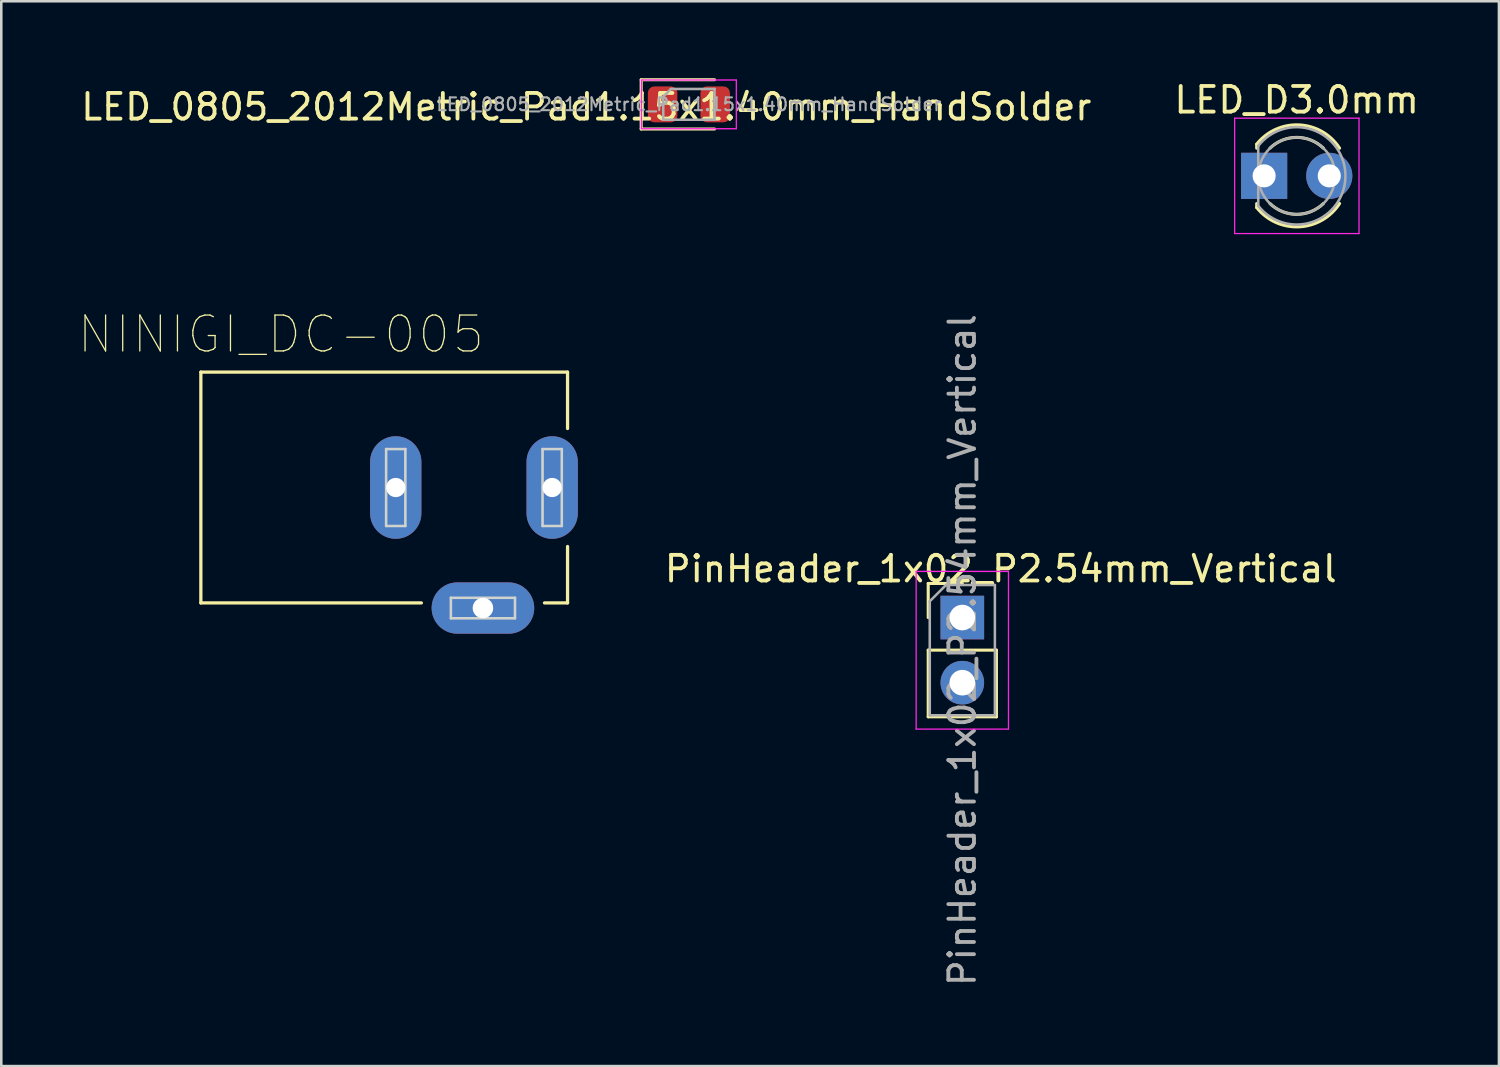
<source format=kicad_pcb>
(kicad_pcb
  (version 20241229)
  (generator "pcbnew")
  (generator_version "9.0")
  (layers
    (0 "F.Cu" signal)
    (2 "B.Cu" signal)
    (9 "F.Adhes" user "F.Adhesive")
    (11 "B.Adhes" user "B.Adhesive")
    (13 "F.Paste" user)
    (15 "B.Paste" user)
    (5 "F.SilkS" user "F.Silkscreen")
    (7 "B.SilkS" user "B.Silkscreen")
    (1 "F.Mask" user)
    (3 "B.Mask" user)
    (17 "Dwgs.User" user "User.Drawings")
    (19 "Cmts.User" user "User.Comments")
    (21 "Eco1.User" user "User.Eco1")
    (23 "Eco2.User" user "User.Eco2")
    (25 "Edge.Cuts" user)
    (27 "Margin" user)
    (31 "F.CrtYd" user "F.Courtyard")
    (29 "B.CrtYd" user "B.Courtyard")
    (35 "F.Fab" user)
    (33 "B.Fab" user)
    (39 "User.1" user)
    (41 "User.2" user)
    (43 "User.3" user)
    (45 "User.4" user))
  (footprint "NINIGI_DC-005"
    (layer "F.Cu")
    (at 15.783 15.962)
    (property "Reference" "NINIGI_DC-005" (at -7.877 -5.972 0) (layer "F.SilkS") (effects (font (size 1.401 1.401) (thickness 0.05))))
    (attr through_hole)
    (fp_line (start -11 -4.5) (end 3.3 -4.5) (stroke (width 0.127) (type solid)) (layer "F.SilkS"))
    (fp_line (start -11 4.5) (end -11 -4.5) (stroke (width 0.127) (type solid)) (layer "F.SilkS"))
    (fp_line (start -2.4 4.5) (end -11 4.5) (stroke (width 0.127) (type solid)) (layer "F.SilkS"))
    (fp_line (start 3.3 -4.5) (end 3.3 -2.3) (stroke (width 0.127) (type solid)) (layer "F.SilkS"))
    (fp_line (start 3.3 2.3) (end 3.3 4.5) (stroke (width 0.127) (type solid)) (layer "F.SilkS"))
    (fp_line (start 3.3 4.5) (end 2.4 4.5) (stroke (width 0.127) (type solid)) (layer "F.SilkS"))
    (fp_line (start -11.25 -4.75) (end 3.95 -4.75) (stroke (width 0.05) (type solid)) (layer "Eco1.User"))
    (fp_line (start -11.25 5.95) (end -11.25 -4.75) (stroke (width 0.05) (type solid)) (layer "Eco1.User"))
    (fp_line (start 3.95 -4.75) (end 3.95 5.95) (stroke (width 0.05) (type solid)) (layer "Eco1.User"))
    (fp_line (start 3.95 5.95) (end -11.25 5.95) (stroke (width 0.05) (type solid)) (layer "Eco1.User"))
    (fp_line (start -11 -4.5) (end 3.3 -4.5) (stroke (width 0.127) (type solid)) (layer "Eco2.User"))
    (fp_line (start -11 4.5) (end -11 -4.5) (stroke (width 0.127) (type solid)) (layer "Eco2.User"))
    (fp_line (start 3.3 -4.5) (end 3.3 4.5) (stroke (width 0.127) (type solid)) (layer "Eco2.User"))
    (fp_line (start 3.3 4.5) (end -11 4.5) (stroke (width 0.127) (type solid)) (layer "Eco2.User"))
    (fp_line (start -3.775 -1.5) (end -3.025 -1.5) (stroke (width 0.1) (type solid)) (layer "Edge.Cuts"))
    (fp_line (start -3.775 1.5) (end -3.775 -1.5) (stroke (width 0.1) (type solid)) (layer "Edge.Cuts"))
    (fp_line (start -3.025 -1.5) (end -3.025 1.5) (stroke (width 0.1) (type solid)) (layer "Edge.Cuts"))
    (fp_line (start -3.025 1.5) (end -3.775 1.5) (stroke (width 0.1) (type solid)) (layer "Edge.Cuts"))
    (fp_line (start -1.25 4.3) (end -1.25 5.1) (stroke (width 0.1) (type solid)) (layer "Edge.Cuts"))
    (fp_line (start -1.25 4.3) (end 1.25 4.3) (stroke (width 0.1) (type solid)) (layer "Edge.Cuts"))
    (fp_line (start 1.25 4.3) (end 1.25 5.1) (stroke (width 0.1) (type solid)) (layer "Edge.Cuts"))
    (fp_line (start 1.25 5.1) (end -1.25 5.1) (stroke (width 0.1) (type solid)) (layer "Edge.Cuts"))
    (fp_line (start 2.325 -1.5) (end 3.075 -1.5) (stroke (width 0.1) (type solid)) (layer "Edge.Cuts"))
    (fp_line (start 2.325 1.5) (end 2.325 -1.5) (stroke (width 0.1) (type solid)) (layer "Edge.Cuts"))
    (fp_line (start 3.075 -1.5) (end 3.075 1.5) (stroke (width 0.1) (type solid)) (layer "Edge.Cuts"))
    (fp_line (start 3.075 1.5) (end 2.325 1.5) (stroke (width 0.1) (type solid)) (layer "Edge.Cuts"))
    (pad "2" thru_hole oval (at 2.7 0 90) (size 4 2) (drill 0.75) (layers "*.Cu" "*.Mask"))
    (pad "4" thru_hole oval (at 0 4.7) (size 4 2) (drill 0.8) (layers "*.Cu" "*.Mask"))
    (pad "5" thru_hole oval (at -3.4 0 90) (size 4 2) (drill 0.75) (layers "*.Cu" "*.Mask")))
  (footprint "LED_0805_2012Metric_Pad1.15x1.40mm_HandSolder"
    (layer "F.Cu")
    (at 23.815 1.02)
    (property "Reference" "LED_0805_2012Metric_Pad1.15x1.40mm_HandSolder" (at -4 0.1 0) (layer "F.SilkS") (effects (font (size 1 1) (thickness 0.15))))
    (attr smd)
    (fp_line (start -1.86 -0.96) (end -1.86 0.96) (stroke (width 0.12) (type solid)) (layer "F.SilkS"))
    (fp_line (start -1.86 0.96) (end 1 0.96) (stroke (width 0.12) (type solid)) (layer "F.SilkS"))
    (fp_line (start 1 -0.96) (end -1.86 -0.96) (stroke (width 0.12) (type solid)) (layer "F.SilkS"))
    (fp_line (start -1.85 -0.95) (end 1.85 -0.95) (stroke (width 0.05) (type solid)) (layer "F.CrtYd"))
    (fp_line (start -1.85 0.95) (end -1.85 -0.95) (stroke (width 0.05) (type solid)) (layer "F.CrtYd"))
    (fp_line (start 1.85 -0.95) (end 1.85 0.95) (stroke (width 0.05) (type solid)) (layer "F.CrtYd"))
    (fp_line (start 1.85 0.95) (end -1.85 0.95) (stroke (width 0.05) (type solid)) (layer "F.CrtYd"))
    (fp_line (start -1 -0.3) (end -1 0.6) (stroke (width 0.1) (type solid)) (layer "F.Fab"))
    (fp_line (start -1 0.6) (end 1 0.6) (stroke (width 0.1) (type solid)) (layer "F.Fab"))
    (fp_line (start -0.7 -0.6) (end -1 -0.3) (stroke (width 0.1) (type solid)) (layer "F.Fab"))
    (fp_line (start 1 -0.6) (end -0.7 -0.6) (stroke (width 0.1) (type solid)) (layer "F.Fab"))
    (fp_line (start 1 0.6) (end 1 -0.6) (stroke (width 0.1) (type solid)) (layer "F.Fab"))
    (fp_text user "${REFERENCE}" (at 0 0 0) (layer "F.Fab") (effects (font (size 0.5 0.5) (thickness 0.08))))
    (pad "1" smd roundrect (at -1.025 0) (size 1.15 1.4) (layers "F.Cu" "F.Mask" "F.Paste") (roundrect_rratio 0.217))
    (pad "2" smd roundrect (at 1.025 0) (size 1.15 1.4) (layers "F.Cu" "F.Mask" "F.Paste") (roundrect_rratio 0.217)))
  (footprint "PinHeader_1x02_P2.54mm_Vertical"
    (layer "F.Cu")
    (at 34.478 21.033)
    (property "Reference" "PinHeader_1x02_P2.54mm_Vertical" (at 1.5 -1.9 0) (layer "F.SilkS") (effects (font (size 1 1) (thickness 0.15))))
    (attr through_hole)
    (fp_line (start -1.33 -1.33) (end 0 -1.33) (stroke (width 0.12) (type solid)) (layer "F.SilkS"))
    (fp_line (start -1.33 0) (end -1.33 -1.33) (stroke (width 0.12) (type solid)) (layer "F.SilkS"))
    (fp_line (start -1.33 1.27) (end -1.33 3.87) (stroke (width 0.12) (type solid)) (layer "F.SilkS"))
    (fp_line (start -1.33 1.27) (end 1.33 1.27) (stroke (width 0.12) (type solid)) (layer "F.SilkS"))
    (fp_line (start -1.33 3.87) (end 1.33 3.87) (stroke (width 0.12) (type solid)) (layer "F.SilkS"))
    (fp_line (start 1.33 1.27) (end 1.33 3.87) (stroke (width 0.12) (type solid)) (layer "F.SilkS"))
    (fp_line (start -1.8 -1.8) (end -1.8 4.35) (stroke (width 0.05) (type solid)) (layer "F.CrtYd"))
    (fp_line (start -1.8 4.35) (end 1.8 4.35) (stroke (width 0.05) (type solid)) (layer "F.CrtYd"))
    (fp_line (start 1.8 -1.8) (end -1.8 -1.8) (stroke (width 0.05) (type solid)) (layer "F.CrtYd"))
    (fp_line (start 1.8 4.35) (end 1.8 -1.8) (stroke (width 0.05) (type solid)) (layer "F.CrtYd"))
    (fp_line (start -1.27 -0.635) (end -0.635 -1.27) (stroke (width 0.1) (type solid)) (layer "F.Fab"))
    (fp_line (start -1.27 3.81) (end -1.27 -0.635) (stroke (width 0.1) (type solid)) (layer "F.Fab"))
    (fp_line (start -0.635 -1.27) (end 1.27 -1.27) (stroke (width 0.1) (type solid)) (layer "F.Fab"))
    (fp_line (start 1.27 -1.27) (end 1.27 3.81) (stroke (width 0.1) (type solid)) (layer "F.Fab"))
    (fp_line (start 1.27 3.81) (end -1.27 3.81) (stroke (width 0.1) (type solid)) (layer "F.Fab"))
    (fp_text user "${REFERENCE}" (at 0 1.27 90) (layer "F.Fab") (effects (font (size 1 1) (thickness 0.15))))
    (pad "1" thru_hole rect (at 0 0) (size 1.7 1.7) (drill 1) (layers "*.Cu" "*.Mask"))
    (pad "2" thru_hole oval (at 0 2.54) (size 1.7 1.7) (drill 1) (layers "*.Cu" "*.Mask")))
  (footprint "LED_D3.0mm"
    (layer "F.Cu")
    (at 46.248 3.808)
    (property "Reference" "LED_D3.0mm" (at 1.27 -2.96 0) (layer "F.SilkS") (effects (font (size 1 1) (thickness 0.15))))
    (attr through_hole)
    (fp_line (start -0.29 -1.236) (end -0.29 -1.08) (stroke (width 0.12) (type solid)) (layer "F.SilkS"))
    (fp_line (start -0.29 1.08) (end -0.29 1.236) (stroke (width 0.12) (type solid)) (layer "F.SilkS"))
    (fp_arc (start -0.29 -1.235516) (mid 1.366487 -1.987659) (end 2.942335 -1.078608) (stroke (width 0.12) (type solid)) (layer "F.SilkS"))
    (fp_arc (start 0.229039 -1.08) (mid 1.270117 -1.5) (end 2.31113 -1.079837) (stroke (width 0.12) (type solid)) (layer "F.SilkS"))
    (fp_arc (start 2.31113 1.079837) (mid 1.270117 1.5) (end 0.229039 1.08) (stroke (width 0.12) (type solid)) (layer "F.SilkS"))
    (fp_arc (start 2.942335 1.078608) (mid 1.366487 1.987659) (end -0.29 1.235516) (stroke (width 0.12) (type solid)) (layer "F.SilkS"))
    (fp_line (start -1.15 -2.25) (end -1.15 2.25) (stroke (width 0.05) (type solid)) (layer "F.CrtYd"))
    (fp_line (start -1.15 2.25) (end 3.7 2.25) (stroke (width 0.05) (type solid)) (layer "F.CrtYd"))
    (fp_line (start 3.7 -2.25) (end -1.15 -2.25) (stroke (width 0.05) (type solid)) (layer "F.CrtYd"))
    (fp_line (start 3.7 2.25) (end 3.7 -2.25) (stroke (width 0.05) (type solid)) (layer "F.CrtYd"))
    (fp_line (start -0.23 -1.166) (end -0.23 1.166) (stroke (width 0.1) (type solid)) (layer "F.Fab"))
    (fp_arc (start -0.23 -1.16619) (mid 3.17 0.000452) (end -0.230555 1.165476) (stroke (width 0.1) (type solid)) (layer "F.Fab"))
    (fp_circle (center 1.27 0) (end 2.77 0) (stroke (width 0.1) (type solid)) (fill no) (layer "F.Fab"))
    (pad "1" thru_hole rect (at 0 0) (size 1.8 1.8) (drill 0.9) (layers "*.Cu" "*.Mask"))
    (pad "2" thru_hole circle (at 2.54 0) (size 1.8 1.8) (drill 0.9) (layers "*.Cu" "*.Mask")))
  (gr_rect
    (start -3 -3)
    (end 55.405 38.524)
    (stroke (width 0.1) (type default))
    (fill no)
    (layer "Edge.Cuts")))
</source>
